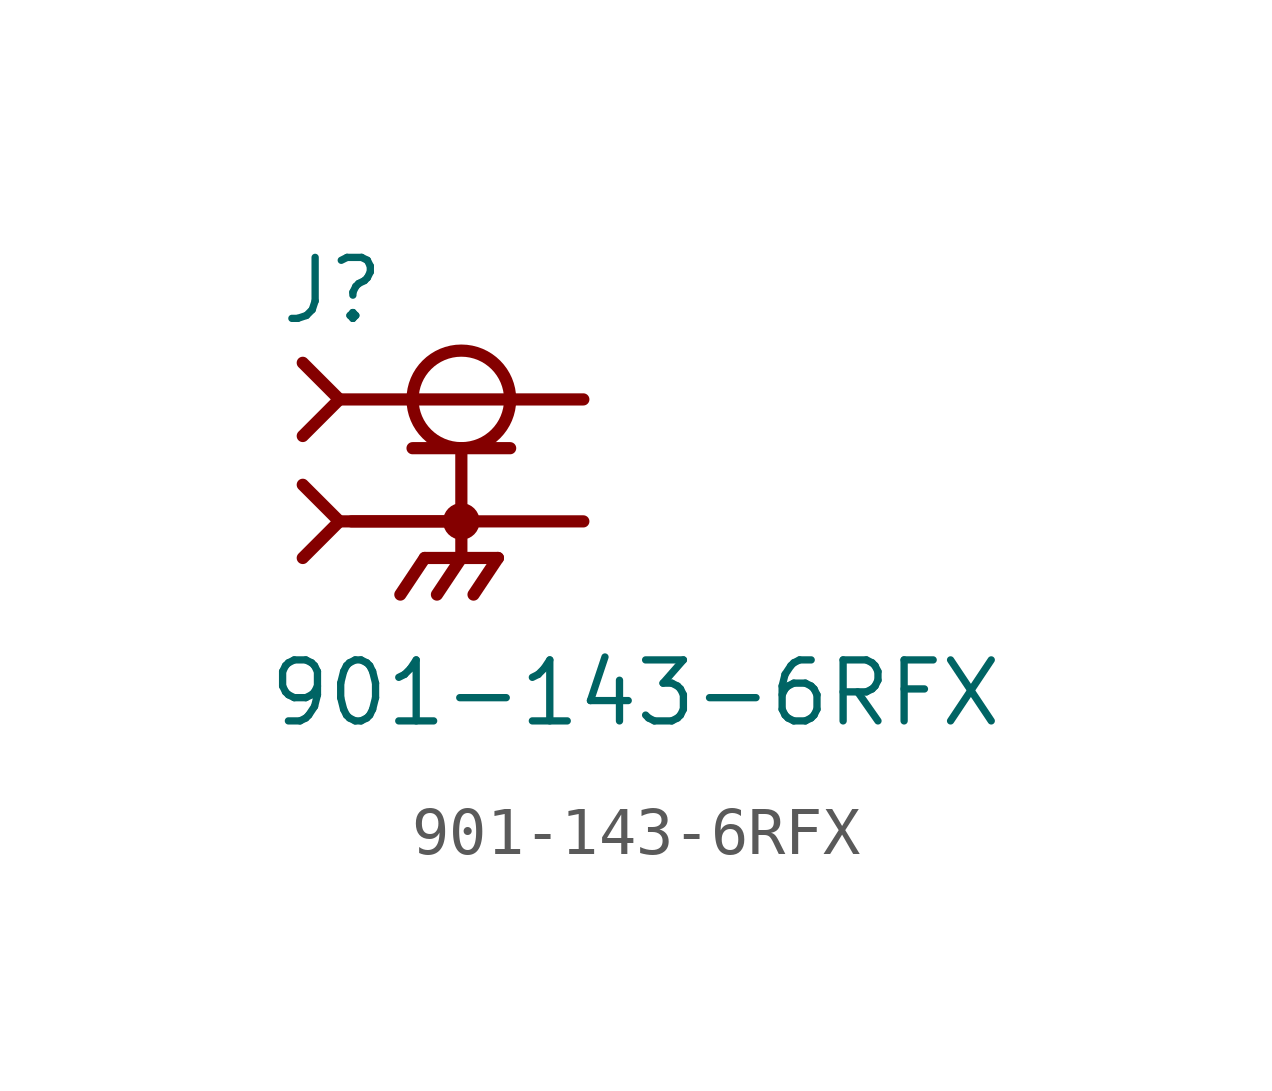
<source format=kicad_sym>
(kicad_symbol_lib
  (version 20211014)
  (generator kicad_symbol_editor)
  (symbol "901-143-6RFX"
    (pin_numbers hide)
    (pin_names
      (offset 1.016) hide)
    (property "Reference" "J"
      (at -3.81 4.064 0)
      (effects (font (size 1.27 1.27)) (justify left bottom)))
    (property "Value" "901-143-6RFX"
      (at -4.064 -4.318 0)
      (effects (font (size 1.27 1.27)) (justify left bottom)))
    (property "ki_locked" ""
      (at 0 0 0)
      (effects (font (size 1.27 1.27))))
    (symbol "901-143-6RFX_0_0"
      (polyline (pts (xy -3.302 -0.762) (xy -2.54 0)) (stroke (width 0.254) (type default) (color 0 0 0 0)) (fill (type none)))
      (polyline (pts (xy -3.302 0.762) (xy -2.54 0)) (stroke (width 0.254) (type default) (color 0 0 0 0)) (fill (type none)))
      (polyline (pts (xy -3.302 1.778) (xy -2.54 2.54)) (stroke (width 0.254) (type default) (color 0 0 0 0)) (fill (type none)))
      (polyline (pts (xy -3.302 3.302) (xy -2.54 2.54)) (stroke (width 0.254) (type default) (color 0 0 0 0)) (fill (type none)))
      (polyline (pts (xy -2.54 0) (xy 0 0)) (stroke (width 0.254) (type default) (color 0 0 0 0)) (fill (type none)))
      (polyline (pts (xy -2.54 2.54) (xy 2.54 2.54)) (stroke (width 0.254) (type default) (color 0 0 0 0)) (fill (type none)))
      (polyline (pts (xy -1.016 1.524) (xy 0 1.524)) (stroke (width 0.254) (type default) (color 0 0 0 0)) (fill (type none)))
      (polyline (pts (xy -0.762 -0.762) (xy -1.27 -1.524)) (stroke (width 0.254) (type default) (color 0 0 0 0)) (fill (type none)))
      (polyline (pts (xy 0 -0.762) (xy -0.762 -0.762)) (stroke (width 0.254) (type default) (color 0 0 0 0)) (fill (type none)))
      (polyline (pts (xy 0 -0.762) (xy -0.508 -1.524)) (stroke (width 0.254) (type default) (color 0 0 0 0)) (fill (type none)))
      (polyline (pts (xy 0 -0.762) (xy 0.762 -0.762)) (stroke (width 0.254) (type default) (color 0 0 0 0)) (fill (type none)))
      (polyline (pts (xy 0 0) (xy -2.286 0)) (stroke (width 0.254) (type default) (color 0 0 0 0)) (fill (type none)))
      (polyline (pts (xy 0 0) (xy 0 -0.762)) (stroke (width 0.254) (type default) (color 0 0 0 0)) (fill (type none)))
      (polyline (pts (xy 0 1.524) (xy 0 0)) (stroke (width 0.254) (type default) (color 0 0 0 0)) (fill (type none)))
      (polyline (pts (xy 0 1.524) (xy 1.016 1.524)) (stroke (width 0.254) (type default) (color 0 0 0 0)) (fill (type none)))
      (polyline (pts (xy 0.762 -0.762) (xy 0.254 -1.524)) (stroke (width 0.254) (type default) (color 0 0 0 0)) (fill (type none)))
      (polyline (pts (xy 2.54 0) (xy 0 0)) (stroke (width 0.254) (type default) (color 0 0 0 0)) (fill (type none)))
      (circle (center 0 0) (radius 0.254) (stroke (width 0.254) (type default) (color 0 0 0 0)) (fill (type none)))
      (circle (center 0 2.54) (radius 1.016) (stroke (width 0.254) (type default) (color 0 0 0 0)) (fill (type none)))
      (pin passive line (at 2.54 2.54 180) (length 5.08) (name "~" (effects (font (size 1.016 1.016)))) (number "1" (effects (font (size 1.016 1.016)))))
      (pin passive line (at 2.54 0 180) (length 5.08) (name "~" (effects (font (size 1.016 1.016)))) (number "S1" (effects (font (size 1.016 1.016)))))
      (pin passive line (at 2.54 0 180) (length 5.08) (name "~" (effects (font (size 1.016 1.016)))) (number "S2" (effects (font (size 1.016 1.016)))))
      (pin passive line (at 2.54 0 180) (length 5.08) (name "~" (effects (font (size 1.016 1.016)))) (number "S3" (effects (font (size 1.016 1.016)))))
      (pin passive line (at 2.54 0 180) (length 5.08) (name "~" (effects (font (size 1.016 1.016)))) (number "S4" (effects (font (size 1.016 1.016))))))))
</source>
